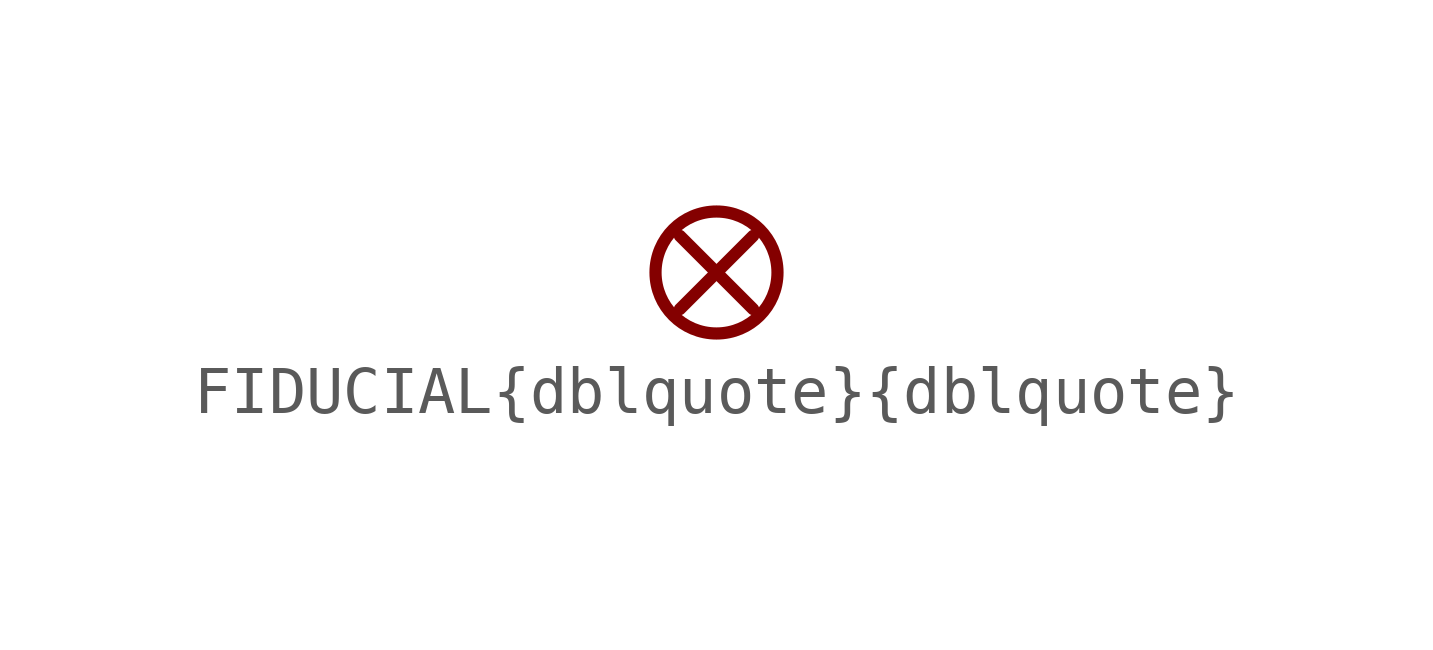
<source format=kicad_sym>
(kicad_symbol_lib
  (version 20241209)
  (generator "kicad_symbol_editor")
  (generator_version "9.0")
  (symbol "FIDUCIAL{dblquote}{dblquote}"
    (property "Reference" "FID"
      (at 0 0 0)
      (effects (font (size 1.27 1.27)) (hide yes)))
    (property "ki_locked" ""
      (at 0 0 0)
      (effects (font (size 1.27 1.27))))
    (symbol "FIDUCIAL{dblquote}{dblquote}_1_0"
      (polyline (pts (xy -0.762 0.762) (xy 0.762 -0.762)) (stroke (width 0.254) (type solid)) (fill (type none)))
      (circle (center 0 0) (radius 1.27) (stroke (width 0.254) (type solid)) (fill (type none)))
      (polyline (pts (xy 0.762 0.762) (xy -0.762 -0.762)) (stroke (width 0.254) (type solid)) (fill (type none))))))
</source>
